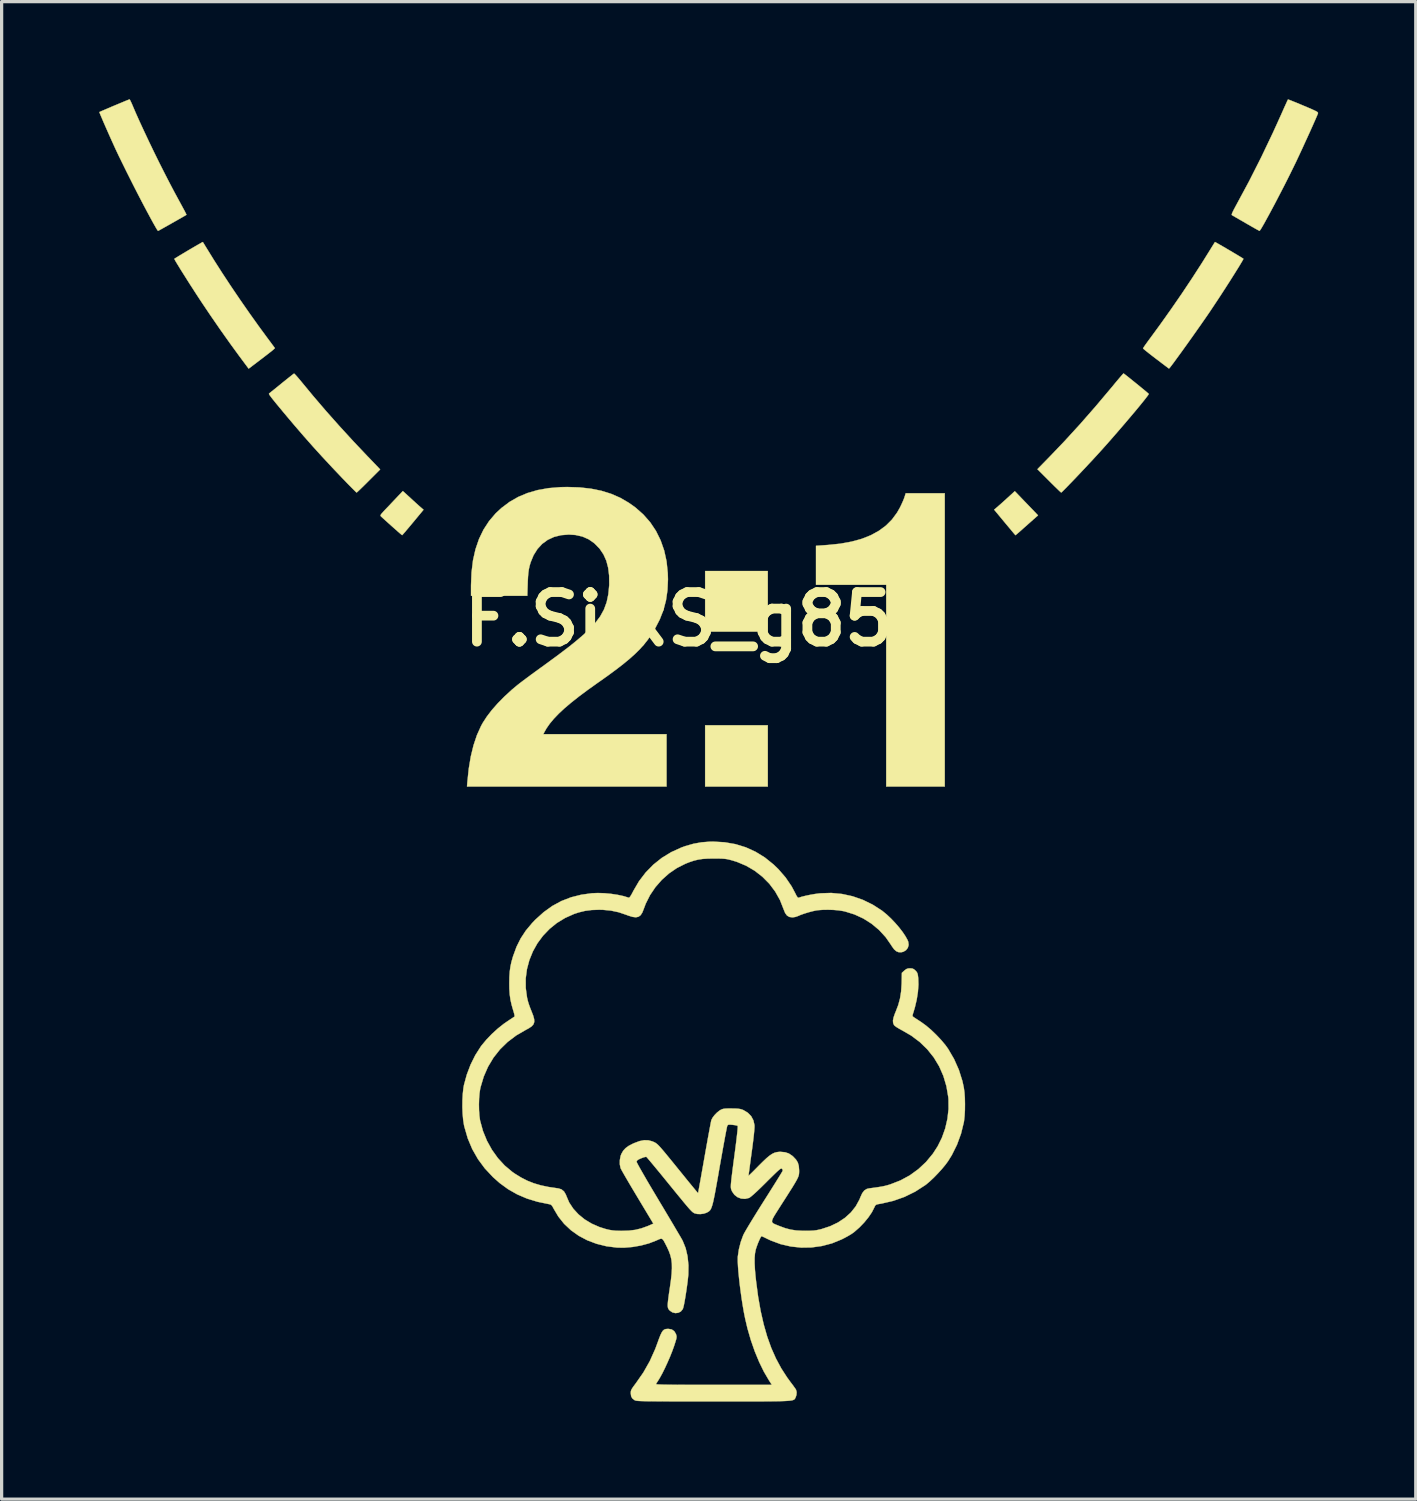
<source format=kicad_pcb>
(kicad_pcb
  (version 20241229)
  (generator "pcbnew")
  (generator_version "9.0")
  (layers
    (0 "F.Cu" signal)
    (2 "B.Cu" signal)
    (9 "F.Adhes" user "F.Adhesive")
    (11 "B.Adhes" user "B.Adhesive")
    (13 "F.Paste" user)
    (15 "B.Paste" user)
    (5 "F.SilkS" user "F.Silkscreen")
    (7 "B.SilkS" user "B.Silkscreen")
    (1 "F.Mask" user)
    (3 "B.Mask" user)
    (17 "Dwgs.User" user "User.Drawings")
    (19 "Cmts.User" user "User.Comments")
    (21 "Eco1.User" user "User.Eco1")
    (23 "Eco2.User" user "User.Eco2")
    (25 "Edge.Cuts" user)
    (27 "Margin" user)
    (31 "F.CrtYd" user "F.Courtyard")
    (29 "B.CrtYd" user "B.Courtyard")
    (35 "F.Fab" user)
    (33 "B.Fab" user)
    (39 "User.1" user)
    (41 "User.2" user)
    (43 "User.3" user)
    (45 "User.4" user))
  (footprint "F.SilkS_g852"
    (layer "F.Cu")
    (at 18.542 15.986)
    (property "Reference" "F.SilkS_g852" (at 0 0 0) (layer "F.SilkS") (effects (font (size 1.524 1.524) (thickness 0.3))))
    (attr through_hole)
    (fp_poly (pts (xy 2.011 0.381) (xy 0.085 0.381) (xy 0.085 -1.482) (xy 2.011 -1.482) (xy 2.011 0.381)) (stroke (width 0.01) (type solid)) (fill yes) (layer "F.SilkS"))
    (fp_poly (pts (xy 2.011 5.144) (xy 0.085 5.144) (xy 0.085 3.26) (xy 2.011 3.26) (xy 2.011 5.144)) (stroke (width 0.01) (type solid)) (fill yes) (layer "F.SilkS"))
    (fp_poly (pts (xy 7.451 5.144) (xy 5.652 5.144) (xy 5.652 -1.058) (xy 3.493 -1.058) (xy 3.493 -2.257) (xy 3.858 -2.283) (xy 4.239 -2.322) (xy 4.585 -2.385) (xy 4.898 -2.471) (xy 5.178 -2.582) (xy 5.426 -2.718) (xy 5.642 -2.878) (xy 5.829 -3.065) (xy 5.986 -3.278) (xy 6.073 -3.431) (xy 6.121 -3.53) (xy 6.166 -3.63) (xy 6.201 -3.716) (xy 6.214 -3.754) (xy 6.252 -3.873) (xy 7.451 -3.873) (xy 7.451 5.144)) (stroke (width 0.01) (type solid)) (fill yes) (layer "F.SilkS"))
    (fp_poly (pts (xy 9.783 -3.751) (xy 9.876 -3.654) (xy 9.983 -3.543) (xy 10.087 -3.435) (xy 10.14 -3.38) (xy 10.319 -3.193) (xy 10.23 -3.115) (xy 10.183 -3.074) (xy 10.113 -3.011) (xy 10.027 -2.935) (xy 9.933 -2.851) (xy 9.886 -2.81) (xy 9.8 -2.733) (xy 9.726 -2.668) (xy 9.668 -2.618) (xy 9.633 -2.589) (xy 9.625 -2.583) (xy 9.611 -2.599) (xy 9.573 -2.643) (xy 9.516 -2.711) (xy 9.444 -2.798) (xy 9.359 -2.899) (xy 9.295 -2.976) (xy 8.97 -3.368) (xy 9.062 -3.446) (xy 9.112 -3.49) (xy 9.185 -3.554) (xy 9.271 -3.631) (xy 9.361 -3.713) (xy 9.38 -3.73) (xy 9.605 -3.936) (xy 9.783 -3.751)) (stroke (width 0.01) (type solid)) (fill yes) (layer "F.SilkS"))
    (fp_poly (pts (xy -8.969 -3.722) (xy -8.879 -3.639) (xy -8.793 -3.561) (xy -8.719 -3.494) (xy -8.665 -3.446) (xy -8.651 -3.435) (xy -8.572 -3.366) (xy -8.895 -2.976) (xy -8.986 -2.867) (xy -9.068 -2.77) (xy -9.136 -2.688) (xy -9.189 -2.628) (xy -9.221 -2.592) (xy -9.229 -2.585) (xy -9.247 -2.598) (xy -9.292 -2.635) (xy -9.358 -2.692) (xy -9.44 -2.765) (xy -9.535 -2.849) (xy -9.546 -2.859) (xy -9.643 -2.946) (xy -9.731 -3.025) (xy -9.804 -3.091) (xy -9.856 -3.139) (xy -9.883 -3.164) (xy -9.884 -3.165) (xy -9.894 -3.183) (xy -9.89 -3.206) (xy -9.865 -3.242) (xy -9.816 -3.297) (xy -9.778 -3.339) (xy -9.711 -3.409) (xy -9.625 -3.499) (xy -9.531 -3.599) (xy -9.439 -3.696) (xy -9.425 -3.711) (xy -9.208 -3.94) (xy -8.969 -3.722)) (stroke (width 0.01) (type solid)) (fill yes) (layer "F.SilkS"))
    (fp_poly (pts (xy -15.344 -11.576) (xy -15.314 -11.527) (xy -15.272 -11.458) (xy -15.23 -11.39) (xy -15.007 -11.029) (xy -14.761 -10.644) (xy -14.497 -10.243) (xy -14.22 -9.834) (xy -13.935 -9.424) (xy -13.648 -9.021) (xy -13.414 -8.702) (xy -13.141 -8.334) (xy -13.19 -8.287) (xy -13.222 -8.26) (xy -13.281 -8.213) (xy -13.363 -8.149) (xy -13.46 -8.074) (xy -13.568 -7.991) (xy -13.594 -7.972) (xy -13.948 -7.703) (xy -14.222 -8.071) (xy -14.514 -8.471) (xy -14.818 -8.9) (xy -15.125 -9.345) (xy -15.367 -9.705) (xy -15.459 -9.844) (xy -15.556 -9.992) (xy -15.655 -10.146) (xy -15.755 -10.3) (xy -15.851 -10.452) (xy -15.942 -10.596) (xy -16.026 -10.729) (xy -16.098 -10.847) (xy -16.158 -10.945) (xy -16.202 -11.019) (xy -16.227 -11.065) (xy -16.232 -11.08) (xy -16.209 -11.095) (xy -16.156 -11.128) (xy -16.081 -11.174) (xy -15.988 -11.23) (xy -15.884 -11.292) (xy -15.775 -11.357) (xy -15.667 -11.42) (xy -15.566 -11.479) (xy -15.479 -11.529) (xy -15.411 -11.568) (xy -15.369 -11.591) (xy -15.357 -11.596) (xy -15.344 -11.576)) (stroke (width 0.01) (type solid)) (fill yes) (layer "F.SilkS"))
    (fp_poly (pts (xy -12.534 -7.539) (xy -12.495 -7.498) (xy -12.44 -7.436) (xy -12.375 -7.359) (xy -12.359 -7.34) (xy -11.964 -6.862) (xy -11.567 -6.398) (xy -11.16 -5.94) (xy -10.735 -5.476) (xy -10.284 -4.999) (xy -10.281 -4.997) (xy -9.905 -4.605) (xy -10.26 -4.25) (xy -10.36 -4.15) (xy -10.451 -4.061) (xy -10.527 -3.987) (xy -10.585 -3.932) (xy -10.62 -3.901) (xy -10.629 -3.895) (xy -10.647 -3.909) (xy -10.69 -3.951) (xy -10.754 -4.015) (xy -10.837 -4.098) (xy -10.933 -4.197) (xy -11.039 -4.307) (xy -11.055 -4.323) (xy -11.381 -4.666) (xy -11.684 -4.992) (xy -11.972 -5.309) (xy -12.254 -5.628) (xy -12.539 -5.959) (xy -12.762 -6.223) (xy -12.906 -6.395) (xy -13.024 -6.538) (xy -13.12 -6.654) (xy -13.194 -6.746) (xy -13.249 -6.816) (xy -13.288 -6.868) (xy -13.311 -6.903) (xy -13.322 -6.926) (xy -13.322 -6.937) (xy -13.32 -6.94) (xy -13.298 -6.956) (xy -13.249 -6.996) (xy -13.176 -7.054) (xy -13.086 -7.127) (xy -12.983 -7.21) (xy -12.935 -7.25) (xy -12.828 -7.336) (xy -12.732 -7.413) (xy -12.652 -7.476) (xy -12.593 -7.523) (xy -12.559 -7.548) (xy -12.553 -7.552) (xy -12.534 -7.539)) (stroke (width 0.01) (type solid)) (fill yes) (layer "F.SilkS"))
    (fp_poly (pts (xy 12.965 -7.544) (xy 13.011 -7.509) (xy 13.079 -7.456) (xy 13.162 -7.389) (xy 13.255 -7.314) (xy 13.353 -7.235) (xy 13.45 -7.156) (xy 13.54 -7.082) (xy 13.618 -7.018) (xy 13.678 -6.967) (xy 13.714 -6.935) (xy 13.723 -6.927) (xy 13.713 -6.905) (xy 13.677 -6.855) (xy 13.619 -6.779) (xy 13.541 -6.681) (xy 13.446 -6.564) (xy 13.336 -6.431) (xy 13.214 -6.286) (xy 13.082 -6.13) (xy 12.944 -5.968) (xy 12.802 -5.803) (xy 12.659 -5.638) (xy 12.517 -5.476) (xy 12.379 -5.32) (xy 12.247 -5.173) (xy 12.228 -5.152) (xy 12.131 -5.045) (xy 12.022 -4.927) (xy 11.904 -4.8) (xy 11.782 -4.669) (xy 11.658 -4.538) (xy 11.536 -4.409) (xy 11.42 -4.287) (xy 11.312 -4.175) (xy 11.217 -4.077) (xy 11.138 -3.996) (xy 11.079 -3.937) (xy 11.042 -3.902) (xy 11.032 -3.895) (xy 11.013 -3.909) (xy 10.969 -3.949) (xy 10.904 -4.012) (xy 10.822 -4.091) (xy 10.727 -4.185) (xy 10.658 -4.254) (xy 10.3 -4.612) (xy 10.669 -4.989) (xy 11.132 -5.473) (xy 11.605 -5.99) (xy 12.09 -6.544) (xy 12.588 -7.135) (xy 12.591 -7.138) (xy 12.684 -7.252) (xy 12.769 -7.353) (xy 12.842 -7.439) (xy 12.898 -7.504) (xy 12.934 -7.544) (xy 12.947 -7.556) (xy 12.965 -7.544)) (stroke (width 0.01) (type solid)) (fill yes) (layer "F.SilkS"))
    (fp_poly (pts (xy 15.777 -11.587) (xy 15.826 -11.56) (xy 15.899 -11.518) (xy 15.989 -11.466) (xy 16.092 -11.406) (xy 16.201 -11.342) (xy 16.309 -11.278) (xy 16.411 -11.218) (xy 16.5 -11.164) (xy 16.571 -11.121) (xy 16.617 -11.092) (xy 16.632 -11.082) (xy 16.625 -11.061) (xy 16.596 -11.009) (xy 16.549 -10.93) (xy 16.487 -10.827) (xy 16.41 -10.704) (xy 16.323 -10.565) (xy 16.228 -10.414) (xy 16.126 -10.255) (xy 16.021 -10.092) (xy 15.915 -9.929) (xy 15.81 -9.77) (xy 15.709 -9.618) (xy 15.626 -9.493) (xy 15.535 -9.359) (xy 15.433 -9.212) (xy 15.324 -9.055) (xy 15.209 -8.892) (xy 15.092 -8.726) (xy 14.975 -8.561) (xy 14.86 -8.4) (xy 14.751 -8.248) (xy 14.649 -8.108) (xy 14.558 -7.983) (xy 14.48 -7.876) (xy 14.417 -7.793) (xy 14.372 -7.735) (xy 14.347 -7.708) (xy 14.344 -7.706) (xy 14.327 -7.718) (xy 14.281 -7.753) (xy 14.21 -7.806) (xy 14.12 -7.874) (xy 14.016 -7.954) (xy 13.945 -8.007) (xy 13.833 -8.093) (xy 13.733 -8.171) (xy 13.65 -8.237) (xy 13.589 -8.287) (xy 13.554 -8.318) (xy 13.548 -8.326) (xy 13.559 -8.348) (xy 13.592 -8.398) (xy 13.643 -8.47) (xy 13.706 -8.557) (xy 13.754 -8.622) (xy 14.082 -9.07) (xy 14.414 -9.538) (xy 14.743 -10.015) (xy 15.06 -10.491) (xy 15.36 -10.956) (xy 15.563 -11.282) (xy 15.626 -11.383) (xy 15.68 -11.471) (xy 15.723 -11.54) (xy 15.75 -11.583) (xy 15.759 -11.596) (xy 15.777 -11.587)) (stroke (width 0.01) (type solid)) (fill yes) (layer "F.SilkS"))
    (fp_poly (pts (xy -17.596 -15.963) (xy -17.571 -15.914) (xy -17.539 -15.845) (xy -17.527 -15.817) (xy -17.422 -15.571) (xy -17.299 -15.296) (xy -17.161 -14.998) (xy -17.013 -14.684) (xy -16.858 -14.362) (xy -16.699 -14.039) (xy -16.539 -13.722) (xy -16.382 -13.417) (xy -16.232 -13.132) (xy -16.108 -12.903) (xy -16.039 -12.776) (xy -15.977 -12.662) (xy -15.925 -12.566) (xy -15.887 -12.492) (xy -15.865 -12.446) (xy -15.86 -12.433) (xy -15.88 -12.42) (xy -15.93 -12.391) (xy -16.005 -12.348) (xy -16.098 -12.295) (xy -16.202 -12.236) (xy -16.311 -12.174) (xy -16.42 -12.112) (xy -16.522 -12.055) (xy -16.61 -12.005) (xy -16.679 -11.967) (xy -16.722 -11.944) (xy -16.734 -11.938) (xy -16.748 -11.955) (xy -16.775 -11.997) (xy -16.794 -12.028) (xy -16.878 -12.175) (xy -16.976 -12.355) (xy -17.087 -12.561) (xy -17.207 -12.788) (xy -17.332 -13.028) (xy -17.46 -13.277) (xy -17.587 -13.529) (xy -17.711 -13.776) (xy -17.828 -14.014) (xy -17.936 -14.235) (xy -18.031 -14.435) (xy -18.075 -14.531) (xy -18.139 -14.672) (xy -18.205 -14.819) (xy -18.271 -14.967) (xy -18.334 -15.11) (xy -18.393 -15.244) (xy -18.444 -15.363) (xy -18.486 -15.462) (xy -18.517 -15.536) (xy -18.534 -15.58) (xy -18.537 -15.591) (xy -18.515 -15.601) (xy -18.462 -15.625) (xy -18.382 -15.659) (xy -18.284 -15.701) (xy -18.173 -15.749) (xy -18.056 -15.798) (xy -17.941 -15.846) (xy -17.833 -15.891) (xy -17.74 -15.93) (xy -17.667 -15.959) (xy -17.622 -15.977) (xy -17.611 -15.981) (xy -17.596 -15.963)) (stroke (width 0.01) (type solid)) (fill yes) (layer "F.SilkS"))
    (fp_poly (pts (xy 18.024 -15.972) (xy 18.078 -15.952) (xy 18.16 -15.919) (xy 18.265 -15.877) (xy 18.387 -15.826) (xy 18.475 -15.789) (xy 18.622 -15.727) (xy 18.733 -15.679) (xy 18.814 -15.642) (xy 18.87 -15.615) (xy 18.904 -15.594) (xy 18.921 -15.577) (xy 18.926 -15.562) (xy 18.923 -15.546) (xy 18.921 -15.542) (xy 18.897 -15.483) (xy 18.858 -15.391) (xy 18.805 -15.272) (xy 18.743 -15.132) (xy 18.673 -14.976) (xy 18.597 -14.81) (xy 18.519 -14.64) (xy 18.442 -14.471) (xy 18.366 -14.308) (xy 18.296 -14.159) (xy 18.247 -14.054) (xy 18.168 -13.892) (xy 18.082 -13.717) (xy 17.99 -13.533) (xy 17.894 -13.343) (xy 17.795 -13.151) (xy 17.696 -12.961) (xy 17.6 -12.776) (xy 17.506 -12.6) (xy 17.419 -12.438) (xy 17.339 -12.292) (xy 17.27 -12.166) (xy 17.211 -12.064) (xy 17.167 -11.99) (xy 17.137 -11.948) (xy 17.127 -11.939) (xy 17.106 -11.95) (xy 17.053 -11.978) (xy 16.974 -12.022) (xy 16.876 -12.078) (xy 16.763 -12.143) (xy 16.711 -12.173) (xy 16.592 -12.242) (xy 16.484 -12.304) (xy 16.393 -12.357) (xy 16.326 -12.396) (xy 16.286 -12.419) (xy 16.28 -12.423) (xy 16.273 -12.437) (xy 16.281 -12.47) (xy 16.304 -12.524) (xy 16.344 -12.604) (xy 16.404 -12.716) (xy 16.421 -12.747) (xy 16.804 -13.459) (xy 17.18 -14.202) (xy 17.543 -14.963) (xy 17.78 -15.485) (xy 17.839 -15.618) (xy 17.892 -15.737) (xy 17.938 -15.838) (xy 17.973 -15.916) (xy 17.996 -15.964) (xy 18.003 -15.978) (xy 18.024 -15.972)) (stroke (width 0.01) (type solid)) (fill yes) (layer "F.SilkS"))
    (fp_poly (pts (xy -3.773 -4.052) (xy -3.425 -4.013) (xy -3.103 -3.948) (xy -2.805 -3.855) (xy -2.525 -3.733) (xy -2.262 -3.58) (xy -2.061 -3.437) (xy -1.816 -3.221) (xy -1.604 -2.98) (xy -1.426 -2.714) (xy -1.283 -2.424) (xy -1.174 -2.112) (xy -1.101 -1.779) (xy -1.064 -1.424) (xy -1.058 -1.225) (xy -1.073 -0.891) (xy -1.118 -0.581) (xy -1.196 -0.285) (xy -1.309 0.004) (xy -1.459 0.295) (xy -1.488 0.345) (xy -1.584 0.498) (xy -1.687 0.643) (xy -1.8 0.784) (xy -1.926 0.924) (xy -2.069 1.065) (xy -2.231 1.211) (xy -2.417 1.365) (xy -2.629 1.53) (xy -2.871 1.709) (xy -3.146 1.905) (xy -3.207 1.947) (xy -3.517 2.168) (xy -3.791 2.372) (xy -4.031 2.562) (xy -4.239 2.738) (xy -4.417 2.904) (xy -4.567 3.061) (xy -4.691 3.21) (xy -4.791 3.353) (xy -4.855 3.466) (xy -4.891 3.535) (xy -1.101 3.535) (xy -1.101 5.144) (xy -7.235 5.144) (xy -7.225 5.011) (xy -7.182 4.597) (xy -7.119 4.219) (xy -7.035 3.875) (xy -6.931 3.564) (xy -6.805 3.285) (xy -6.751 3.186) (xy -6.628 2.996) (xy -6.473 2.793) (xy -6.289 2.584) (xy -6.082 2.374) (xy -5.858 2.168) (xy -5.685 2.023) (xy -5.615 1.969) (xy -5.517 1.894) (xy -5.399 1.806) (xy -5.266 1.707) (xy -5.126 1.605) (xy -4.985 1.503) (xy -4.983 1.501) (xy -4.719 1.31) (xy -4.486 1.139) (xy -4.282 0.985) (xy -4.101 0.847) (xy -3.942 0.72) (xy -3.799 0.601) (xy -3.669 0.489) (xy -3.549 0.379) (xy -3.485 0.318) (xy -3.293 0.116) (xy -3.141 -0.087) (xy -3.025 -0.298) (xy -2.942 -0.524) (xy -2.89 -0.77) (xy -2.864 -1.044) (xy -2.863 -1.069) (xy -2.866 -1.341) (xy -2.896 -1.583) (xy -2.953 -1.799) (xy -3.039 -1.991) (xy -3.155 -2.164) (xy -3.167 -2.178) (xy -3.322 -2.336) (xy -3.495 -2.457) (xy -3.688 -2.542) (xy -3.903 -2.59) (xy -4.106 -2.603) (xy -4.344 -2.584) (xy -4.561 -2.53) (xy -4.755 -2.44) (xy -4.925 -2.316) (xy -5.07 -2.158) (xy -5.189 -1.968) (xy -5.28 -1.747) (xy -5.314 -1.63) (xy -5.334 -1.536) (xy -5.349 -1.431) (xy -5.36 -1.307) (xy -5.368 -1.153) (xy -5.37 -1.085) (xy -5.382 -0.72) (xy -7.112 -0.72) (xy -7.112 -1.042) (xy -7.096 -1.441) (xy -7.051 -1.811) (xy -6.974 -2.153) (xy -6.866 -2.468) (xy -6.727 -2.756) (xy -6.556 -3.018) (xy -6.353 -3.256) (xy -6.175 -3.421) (xy -5.929 -3.606) (xy -5.662 -3.759) (xy -5.375 -3.88) (xy -5.064 -3.97) (xy -4.727 -4.03) (xy -4.362 -4.06) (xy -4.152 -4.064) (xy -3.773 -4.052)) (stroke (width 0.01) (type solid)) (fill yes) (layer "F.SilkS"))
    (fp_poly (pts (xy 0.686 6.857) (xy 1.019 6.915) (xy 1.337 7.013) (xy 1.637 7.15) (xy 1.922 7.326) (xy 2.189 7.541) (xy 2.338 7.685) (xy 2.558 7.939) (xy 2.742 8.21) (xy 2.85 8.413) (xy 2.891 8.495) (xy 2.922 8.543) (xy 2.946 8.562) (xy 2.961 8.562) (xy 3.052 8.532) (xy 3.173 8.502) (xy 3.311 8.473) (xy 3.453 8.448) (xy 3.586 8.43) (xy 3.627 8.426) (xy 3.96 8.415) (xy 4.292 8.446) (xy 4.618 8.517) (xy 4.934 8.627) (xy 5.235 8.774) (xy 5.518 8.956) (xy 5.541 8.974) (xy 5.669 9.079) (xy 5.801 9.203) (xy 5.929 9.338) (xy 6.05 9.478) (xy 6.157 9.617) (xy 6.244 9.747) (xy 6.307 9.861) (xy 6.329 9.916) (xy 6.341 10.013) (xy 6.316 10.101) (xy 6.26 10.174) (xy 6.178 10.223) (xy 6.113 10.238) (xy 6.032 10.235) (xy 5.961 10.206) (xy 5.894 10.147) (xy 5.825 10.052) (xy 5.806 10.02) (xy 5.635 9.774) (xy 5.432 9.553) (xy 5.202 9.361) (xy 4.948 9.2) (xy 4.674 9.074) (xy 4.384 8.984) (xy 4.329 8.972) (xy 4.191 8.95) (xy 4.029 8.936) (xy 3.859 8.931) (xy 3.693 8.934) (xy 3.548 8.945) (xy 3.49 8.954) (xy 3.381 8.978) (xy 3.258 9.011) (xy 3.135 9.049) (xy 3.024 9.088) (xy 2.941 9.124) (xy 2.938 9.125) (xy 2.864 9.151) (xy 2.781 9.165) (xy 2.765 9.165) (xy 2.674 9.152) (xy 2.602 9.109) (xy 2.545 9.032) (xy 2.498 8.917) (xy 2.498 8.916) (xy 2.386 8.633) (xy 2.238 8.37) (xy 2.058 8.131) (xy 1.847 7.918) (xy 1.61 7.733) (xy 1.347 7.579) (xy 1.062 7.459) (xy 0.916 7.414) (xy 0.834 7.392) (xy 0.764 7.376) (xy 0.693 7.366) (xy 0.613 7.36) (xy 0.514 7.357) (xy 0.384 7.356) (xy 0.349 7.356) (xy 0.164 7.359) (xy 0.008 7.369) (xy -0.13 7.39) (xy -0.261 7.422) (xy -0.399 7.468) (xy -0.52 7.516) (xy -0.781 7.647) (xy -1.025 7.814) (xy -1.247 8.012) (xy -1.443 8.236) (xy -1.61 8.483) (xy -1.742 8.746) (xy -1.8 8.9) (xy -1.846 9.017) (xy -1.898 9.098) (xy -1.963 9.146) (xy -2.045 9.163) (xy -2.149 9.15) (xy -2.279 9.11) (xy -2.334 9.089) (xy -2.572 9.008) (xy -2.811 8.957) (xy -3.065 8.933) (xy -3.176 8.931) (xy -3.401 8.939) (xy -3.604 8.965) (xy -3.801 9.013) (xy -3.944 9.06) (xy -4.219 9.183) (xy -4.472 9.337) (xy -4.699 9.521) (xy -4.899 9.73) (xy -5.071 9.962) (xy -5.211 10.213) (xy -5.319 10.479) (xy -5.393 10.757) (xy -5.431 11.043) (xy -5.43 11.335) (xy -5.39 11.629) (xy -5.365 11.737) (xy -5.341 11.817) (xy -5.306 11.918) (xy -5.266 12.02) (xy -5.256 12.044) (xy -5.202 12.183) (xy -5.172 12.293) (xy -5.168 12.38) (xy -5.192 12.452) (xy -5.246 12.514) (xy -5.333 12.573) (xy -5.429 12.625) (xy -5.724 12.796) (xy -5.988 12.996) (xy -6.221 13.224) (xy -6.422 13.478) (xy -6.589 13.757) (xy -6.721 14.059) (xy -6.818 14.382) (xy -6.83 14.436) (xy -6.851 14.572) (xy -6.864 14.736) (xy -6.869 14.913) (xy -6.866 15.092) (xy -6.855 15.258) (xy -6.836 15.399) (xy -6.831 15.421) (xy -6.745 15.734) (xy -6.623 16.032) (xy -6.469 16.311) (xy -6.286 16.567) (xy -6.076 16.795) (xy -5.842 16.991) (xy -5.761 17.047) (xy -5.569 17.165) (xy -5.379 17.262) (xy -5.181 17.34) (xy -4.968 17.403) (xy -4.73 17.453) (xy -4.46 17.493) (xy -4.438 17.495) (xy -4.334 17.526) (xy -4.254 17.59) (xy -4.196 17.689) (xy -4.183 17.724) (xy -4.095 17.93) (xy -3.969 18.121) (xy -3.809 18.295) (xy -3.619 18.45) (xy -3.402 18.581) (xy -3.162 18.686) (xy -2.971 18.746) (xy -2.864 18.772) (xy -2.766 18.788) (xy -2.663 18.798) (xy -2.538 18.802) (xy -2.487 18.803) (xy -2.263 18.796) (xy -2.064 18.772) (xy -1.876 18.726) (xy -1.684 18.657) (xy -1.627 18.633) (xy -1.507 18.58) (xy -1.999 17.761) (xy -2.101 17.59) (xy -2.198 17.428) (xy -2.286 17.278) (xy -2.363 17.146) (xy -2.427 17.035) (xy -2.475 16.949) (xy -2.505 16.892) (xy -2.515 16.871) (xy -2.538 16.757) (xy -2.537 16.627) (xy -2.514 16.501) (xy -2.489 16.436) (xy -2.434 16.34) (xy -2.362 16.261) (xy -2.267 16.191) (xy -2.139 16.124) (xy -2.093 16.104) (xy -1.934 16.044) (xy -1.793 16.016) (xy -1.665 16.018) (xy -1.54 16.051) (xy -1.508 16.065) (xy -1.477 16.078) (xy -1.449 16.093) (xy -1.421 16.111) (xy -1.39 16.136) (xy -1.354 16.169) (xy -1.31 16.215) (xy -1.256 16.276) (xy -1.189 16.354) (xy -1.107 16.453) (xy -1.007 16.575) (xy -0.886 16.723) (xy -0.743 16.9) (xy -0.677 16.981) (xy -0.56 17.125) (xy -0.452 17.259) (xy -0.354 17.378) (xy -0.271 17.479) (xy -0.205 17.559) (xy -0.159 17.614) (xy -0.135 17.641) (xy -0.133 17.644) (xy -0.128 17.623) (xy -0.117 17.564) (xy -0.1 17.471) (xy -0.078 17.349) (xy -0.051 17.2) (xy -0.021 17.029) (xy 0.013 16.839) (xy 0.049 16.635) (xy 0.064 16.551) (xy 0.101 16.34) (xy 0.137 16.139) (xy 0.17 15.954) (xy 0.201 15.788) (xy 0.227 15.646) (xy 0.249 15.531) (xy 0.265 15.449) (xy 0.275 15.402) (xy 0.277 15.395) (xy 0.314 15.323) (xy 0.375 15.243) (xy 0.451 15.165) (xy 0.53 15.103) (xy 0.558 15.086) (xy 0.601 15.065) (xy 0.645 15.052) (xy 0.701 15.044) (xy 0.779 15.041) (xy 0.888 15.041) (xy 0.9 15.041) (xy 1.016 15.043) (xy 1.101 15.048) (xy 1.166 15.058) (xy 1.22 15.074) (xy 1.259 15.089) (xy 1.396 15.171) (xy 1.5 15.277) (xy 1.569 15.406) (xy 1.602 15.555) (xy 1.602 15.556) (xy 1.602 15.617) (xy 1.595 15.717) (xy 1.582 15.854) (xy 1.562 16.027) (xy 1.536 16.233) (xy 1.515 16.385) (xy 1.492 16.554) (xy 1.471 16.709) (xy 1.453 16.845) (xy 1.438 16.959) (xy 1.426 17.043) (xy 1.42 17.095) (xy 1.418 17.109) (xy 1.432 17.098) (xy 1.471 17.062) (xy 1.532 17.003) (xy 1.608 16.927) (xy 1.697 16.837) (xy 1.728 16.805) (xy 1.86 16.674) (xy 1.969 16.571) (xy 2.061 16.494) (xy 2.141 16.439) (xy 2.214 16.403) (xy 2.286 16.383) (xy 2.361 16.374) (xy 2.402 16.373) (xy 2.542 16.386) (xy 2.657 16.424) (xy 2.761 16.493) (xy 2.789 16.517) (xy 2.878 16.611) (xy 2.934 16.703) (xy 2.964 16.808) (xy 2.974 16.939) (xy 2.974 16.944) (xy 2.974 16.99) (xy 2.972 17.031) (xy 2.968 17.069) (xy 2.958 17.11) (xy 2.941 17.155) (xy 2.915 17.21) (xy 2.878 17.278) (xy 2.828 17.363) (xy 2.764 17.469) (xy 2.682 17.598) (xy 2.582 17.756) (xy 2.46 17.946) (xy 2.458 17.949) (xy 2.355 18.111) (xy 2.273 18.24) (xy 2.21 18.341) (xy 2.168 18.418) (xy 2.145 18.476) (xy 2.141 18.519) (xy 2.154 18.551) (xy 2.186 18.577) (xy 2.235 18.601) (xy 2.3 18.627) (xy 2.37 18.655) (xy 2.546 18.72) (xy 2.713 18.764) (xy 2.885 18.79) (xy 3.077 18.801) (xy 3.175 18.802) (xy 3.31 18.8) (xy 3.418 18.794) (xy 3.511 18.782) (xy 3.605 18.762) (xy 3.662 18.748) (xy 3.929 18.66) (xy 4.171 18.544) (xy 4.384 18.402) (xy 4.566 18.237) (xy 4.715 18.049) (xy 4.829 17.841) (xy 4.859 17.766) (xy 4.914 17.646) (xy 4.977 17.563) (xy 5.055 17.514) (xy 5.126 17.497) (xy 5.291 17.475) (xy 5.422 17.456) (xy 5.529 17.438) (xy 5.622 17.418) (xy 5.708 17.395) (xy 5.779 17.373) (xy 6.088 17.253) (xy 6.376 17.097) (xy 6.639 16.906) (xy 6.877 16.684) (xy 7.086 16.431) (xy 7.234 16.202) (xy 7.365 15.937) (xy 7.466 15.653) (xy 7.534 15.357) (xy 7.568 15.058) (xy 7.566 14.766) (xy 7.56 14.693) (xy 7.503 14.357) (xy 7.409 14.04) (xy 7.279 13.744) (xy 7.114 13.471) (xy 6.914 13.221) (xy 6.682 12.996) (xy 6.417 12.798) (xy 6.154 12.646) (xy 6.058 12.593) (xy 5.976 12.544) (xy 5.918 12.502) (xy 5.892 12.476) (xy 5.865 12.414) (xy 5.859 12.339) (xy 5.877 12.245) (xy 5.918 12.126) (xy 5.945 12.061) (xy 6.022 11.859) (xy 6.076 11.658) (xy 6.11 11.444) (xy 6.126 11.205) (xy 6.127 11.167) (xy 6.133 10.871) (xy 6.21 10.801) (xy 6.268 10.756) (xy 6.323 10.736) (xy 6.384 10.732) (xy 6.453 10.737) (xy 6.504 10.76) (xy 6.551 10.801) (xy 6.588 10.842) (xy 6.61 10.882) (xy 6.624 10.936) (xy 6.634 11.016) (xy 6.636 11.034) (xy 6.642 11.234) (xy 6.626 11.458) (xy 6.589 11.695) (xy 6.533 11.932) (xy 6.494 12.064) (xy 6.471 12.136) (xy 6.461 12.18) (xy 6.464 12.204) (xy 6.48 12.221) (xy 6.49 12.228) (xy 6.523 12.251) (xy 6.583 12.29) (xy 6.661 12.341) (xy 6.731 12.387) (xy 6.877 12.493) (xy 7.034 12.626) (xy 7.191 12.777) (xy 7.34 12.935) (xy 7.471 13.091) (xy 7.554 13.206) (xy 7.737 13.52) (xy 7.885 13.853) (xy 7.994 14.199) (xy 8.037 14.399) (xy 8.057 14.542) (xy 8.069 14.714) (xy 8.073 14.902) (xy 8.071 15.092) (xy 8.061 15.271) (xy 8.044 15.426) (xy 8.037 15.467) (xy 7.952 15.814) (xy 7.828 16.153) (xy 7.668 16.475) (xy 7.553 16.66) (xy 7.469 16.774) (xy 7.362 16.903) (xy 7.24 17.037) (xy 7.114 17.167) (xy 6.99 17.283) (xy 6.88 17.376) (xy 6.85 17.398) (xy 6.542 17.597) (xy 6.214 17.758) (xy 5.869 17.88) (xy 5.511 17.963) (xy 5.471 17.97) (xy 5.394 17.983) (xy 5.347 17.997) (xy 5.319 18.018) (xy 5.299 18.054) (xy 5.285 18.085) (xy 5.211 18.23) (xy 5.105 18.386) (xy 4.976 18.544) (xy 4.831 18.695) (xy 4.676 18.831) (xy 4.636 18.862) (xy 4.568 18.908) (xy 4.475 18.963) (xy 4.37 19.02) (xy 4.284 19.064) (xy 3.985 19.186) (xy 3.675 19.268) (xy 3.358 19.312) (xy 3.037 19.317) (xy 2.719 19.283) (xy 2.407 19.211) (xy 2.107 19.1) (xy 2 19.05) (xy 1.923 19.012) (xy 1.862 18.983) (xy 1.825 18.967) (xy 1.819 18.965) (xy 1.802 18.984) (xy 1.775 19.033) (xy 1.742 19.104) (xy 1.707 19.187) (xy 1.675 19.273) (xy 1.648 19.354) (xy 1.638 19.389) (xy 1.617 19.5) (xy 1.606 19.636) (xy 1.606 19.799) (xy 1.616 19.994) (xy 1.637 20.224) (xy 1.65 20.341) (xy 1.713 20.822) (xy 1.791 21.265) (xy 1.884 21.673) (xy 1.992 22.051) (xy 2.117 22.4) (xy 2.261 22.725) (xy 2.423 23.027) (xy 2.606 23.31) (xy 2.708 23.45) (xy 2.77 23.531) (xy 2.822 23.603) (xy 2.861 23.658) (xy 2.878 23.684) (xy 2.898 23.759) (xy 2.892 23.847) (xy 2.868 23.919) (xy 2.858 23.938) (xy 2.85 23.955) (xy 2.841 23.971) (xy 2.827 23.984) (xy 2.808 23.996) (xy 2.781 24.006) (xy 2.743 24.015) (xy 2.692 24.022) (xy 2.626 24.028) (xy 2.542 24.033) (xy 2.439 24.037) (xy 2.313 24.04) (xy 2.163 24.042) (xy 1.986 24.044) (xy 1.78 24.045) (xy 1.543 24.045) (xy 1.271 24.045) (xy 0.964 24.045) (xy 0.619 24.045) (xy 0.345 24.045) (xy -0.022 24.045) (xy -0.349 24.045) (xy -0.639 24.045) (xy -0.893 24.045) (xy -1.115 24.044) (xy -1.306 24.043) (xy -1.469 24.042) (xy -1.607 24.041) (xy -1.721 24.04) (xy -1.814 24.037) (xy -1.888 24.035) (xy -1.947 24.032) (xy -1.991 24.029) (xy -2.025 24.025) (xy -2.049 24.02) (xy -2.066 24.015) (xy -2.079 24.009) (xy -2.089 24.004) (xy -2.154 23.952) (xy -2.189 23.889) (xy -2.201 23.802) (xy -2.201 23.785) (xy -2.199 23.742) (xy -2.189 23.702) (xy -2.166 23.657) (xy -2.127 23.598) (xy -2.067 23.517) (xy -2.042 23.484) (xy -1.813 23.155) (xy -1.616 22.807) (xy -1.449 22.434) (xy -1.387 22.267) (xy -1.334 22.121) (xy -1.29 22.01) (xy -1.252 21.93) (xy -1.216 21.875) (xy -1.178 21.841) (xy -1.134 21.823) (xy -1.081 21.817) (xy -1.042 21.816) (xy -0.942 21.833) (xy -0.865 21.886) (xy -0.813 21.972) (xy -0.808 21.988) (xy -0.798 22.024) (xy -0.793 22.058) (xy -0.797 22.098) (xy -0.809 22.151) (xy -0.832 22.226) (xy -0.866 22.332) (xy -0.878 22.367) (xy -0.932 22.515) (xy -0.998 22.68) (xy -1.073 22.851) (xy -1.15 23.018) (xy -1.226 23.172) (xy -1.297 23.302) (xy -1.336 23.369) (xy -1.377 23.433) (xy -1.41 23.485) (xy -1.426 23.511) (xy -1.421 23.516) (xy -1.399 23.52) (xy -1.358 23.524) (xy -1.296 23.527) (xy -1.21 23.53) (xy -1.097 23.532) (xy -0.957 23.534) (xy -0.786 23.535) (xy -0.582 23.536) (xy -0.343 23.537) (xy -0.067 23.537) (xy 0.248 23.537) (xy 0.348 23.537) (xy 2.137 23.537) (xy 2.045 23.394) (xy 1.891 23.131) (xy 1.746 22.834) (xy 1.611 22.508) (xy 1.491 22.163) (xy 1.387 21.804) (xy 1.314 21.493) (xy 1.277 21.308) (xy 1.242 21.105) (xy 1.208 20.892) (xy 1.178 20.675) (xy 1.15 20.46) (xy 1.127 20.253) (xy 1.108 20.059) (xy 1.095 19.886) (xy 1.088 19.74) (xy 1.088 19.627) (xy 1.09 19.59) (xy 1.123 19.367) (xy 1.179 19.147) (xy 1.252 18.947) (xy 1.266 18.915) (xy 1.294 18.862) (xy 1.342 18.778) (xy 1.407 18.668) (xy 1.488 18.534) (xy 1.581 18.382) (xy 1.683 18.217) (xy 1.793 18.041) (xy 1.904 17.865) (xy 2.015 17.69) (xy 2.118 17.526) (xy 2.213 17.375) (xy 2.296 17.242) (xy 2.366 17.129) (xy 2.419 17.042) (xy 2.455 16.982) (xy 2.47 16.954) (xy 2.47 16.953) (xy 2.463 16.914) (xy 2.445 16.891) (xy 2.432 16.886) (xy 2.414 16.889) (xy 2.387 16.905) (xy 2.348 16.936) (xy 2.293 16.985) (xy 2.22 17.055) (xy 2.125 17.148) (xy 2.004 17.267) (xy 1.962 17.31) (xy 1.811 17.459) (xy 1.683 17.582) (xy 1.578 17.678) (xy 1.499 17.745) (xy 1.447 17.784) (xy 1.435 17.79) (xy 1.313 17.819) (xy 1.192 17.81) (xy 1.08 17.767) (xy 0.985 17.693) (xy 0.913 17.591) (xy 0.885 17.522) (xy 0.88 17.497) (xy 0.876 17.466) (xy 0.876 17.424) (xy 0.878 17.368) (xy 0.885 17.293) (xy 0.895 17.196) (xy 0.91 17.073) (xy 0.929 16.92) (xy 0.953 16.733) (xy 0.982 16.516) (xy 1.012 16.287) (xy 1.038 16.085) (xy 1.058 15.914) (xy 1.074 15.775) (xy 1.084 15.671) (xy 1.088 15.604) (xy 1.086 15.577) (xy 1.086 15.576) (xy 1.056 15.564) (xy 0.997 15.552) (xy 0.925 15.543) (xy 0.85 15.537) (xy 0.806 15.539) (xy 0.782 15.55) (xy 0.767 15.573) (xy 0.763 15.581) (xy 0.756 15.611) (xy 0.742 15.678) (xy 0.722 15.78) (xy 0.697 15.911) (xy 0.668 16.069) (xy 0.635 16.249) (xy 0.6 16.447) (xy 0.562 16.66) (xy 0.531 16.834) (xy 0.485 17.102) (xy 0.444 17.331) (xy 0.409 17.524) (xy 0.379 17.686) (xy 0.352 17.818) (xy 0.328 17.926) (xy 0.306 18.01) (xy 0.284 18.076) (xy 0.263 18.126) (xy 0.241 18.163) (xy 0.216 18.19) (xy 0.189 18.211) (xy 0.158 18.229) (xy 0.128 18.245) (xy 0.041 18.274) (xy -0.061 18.287) (xy -0.161 18.283) (xy -0.243 18.262) (xy -0.25 18.258) (xy -0.271 18.246) (xy -0.293 18.231) (xy -0.318 18.21) (xy -0.348 18.18) (xy -0.387 18.139) (xy -0.436 18.084) (xy -0.497 18.012) (xy -0.574 17.92) (xy -0.667 17.806) (xy -0.781 17.668) (xy -0.916 17.502) (xy -1.069 17.314) (xy -1.196 17.158) (xy -1.316 17.011) (xy -1.426 16.878) (xy -1.522 16.762) (xy -1.603 16.665) (xy -1.665 16.592) (xy -1.705 16.545) (xy -1.722 16.528) (xy -1.752 16.529) (xy -1.809 16.544) (xy -1.88 16.571) (xy -1.884 16.572) (xy -1.958 16.606) (xy -2 16.633) (xy -2.018 16.659) (xy -2.021 16.682) (xy -2.01 16.708) (xy -1.979 16.768) (xy -1.93 16.858) (xy -1.864 16.974) (xy -1.784 17.113) (xy -1.692 17.273) (xy -1.588 17.449) (xy -1.475 17.639) (xy -1.355 17.84) (xy -1.341 17.865) (xy -1.219 18.067) (xy -1.103 18.262) (xy -0.994 18.445) (xy -0.894 18.613) (xy -0.806 18.763) (xy -0.731 18.89) (xy -0.671 18.992) (xy -0.629 19.065) (xy -0.607 19.105) (xy -0.606 19.107) (xy -0.515 19.332) (xy -0.456 19.583) (xy -0.428 19.857) (xy -0.432 20.151) (xy -0.454 20.362) (xy -0.487 20.603) (xy -0.518 20.805) (xy -0.546 20.969) (xy -0.57 21.093) (xy -0.591 21.176) (xy -0.604 21.21) (xy -0.662 21.281) (xy -0.741 21.321) (xy -0.83 21.331) (xy -0.921 21.309) (xy -1.002 21.254) (xy -1.003 21.252) (xy -1.028 21.225) (xy -1.047 21.196) (xy -1.059 21.16) (xy -1.065 21.112) (xy -1.064 21.048) (xy -1.056 20.961) (xy -1.042 20.847) (xy -1.022 20.701) (xy -0.998 20.542) (xy -0.966 20.314) (xy -0.945 20.121) (xy -0.936 19.955) (xy -0.938 19.811) (xy -0.953 19.682) (xy -0.981 19.562) (xy -1.022 19.444) (xy -1.077 19.321) (xy -1.09 19.294) (xy -1.145 19.186) (xy -1.185 19.111) (xy -1.218 19.065) (xy -1.25 19.045) (xy -1.289 19.046) (xy -1.34 19.065) (xy -1.411 19.097) (xy -1.422 19.102) (xy -1.643 19.187) (xy -1.889 19.253) (xy -2.147 19.298) (xy -2.403 19.32) (xy -2.623 19.317) (xy -2.947 19.276) (xy -3.253 19.2) (xy -3.539 19.092) (xy -3.801 18.953) (xy -4.039 18.784) (xy -4.249 18.587) (xy -4.428 18.362) (xy -4.569 18.125) (xy -4.607 18.054) (xy -4.637 18.013) (xy -4.669 17.992) (xy -4.713 17.981) (xy -4.715 17.981) (xy -5.069 17.908) (xy -5.393 17.809) (xy -5.692 17.681) (xy -5.97 17.523) (xy -6.232 17.332) (xy -6.439 17.148) (xy -6.688 16.882) (xy -6.899 16.596) (xy -7.074 16.289) (xy -7.212 15.961) (xy -7.314 15.61) (xy -7.328 15.551) (xy -7.353 15.391) (xy -7.37 15.202) (xy -7.378 14.997) (xy -7.376 14.788) (xy -7.365 14.588) (xy -7.345 14.409) (xy -7.328 14.315) (xy -7.242 14) (xy -7.125 13.692) (xy -6.981 13.402) (xy -6.814 13.14) (xy -6.785 13.1) (xy -6.641 12.927) (xy -6.472 12.751) (xy -6.289 12.584) (xy -6.105 12.438) (xy -6.011 12.373) (xy -5.926 12.316) (xy -5.853 12.268) (xy -5.8 12.232) (xy -5.775 12.215) (xy -5.774 12.214) (xy -5.773 12.19) (xy -5.783 12.136) (xy -5.803 12.062) (xy -5.81 12.042) (xy -5.862 11.862) (xy -5.899 11.699) (xy -5.922 11.537) (xy -5.934 11.36) (xy -5.936 11.197) (xy -5.933 11.002) (xy -5.922 10.835) (xy -5.901 10.683) (xy -5.869 10.533) (xy -5.823 10.371) (xy -5.816 10.351) (xy -5.712 10.067) (xy -5.584 9.811) (xy -5.427 9.572) (xy -5.235 9.342) (xy -5.135 9.237) (xy -4.88 9.007) (xy -4.615 8.816) (xy -4.335 8.664) (xy -4.038 8.549) (xy -3.721 8.469) (xy -3.397 8.424) (xy -3.215 8.417) (xy -3.014 8.423) (xy -2.807 8.442) (xy -2.604 8.473) (xy -2.419 8.513) (xy -2.265 8.561) (xy -2.245 8.555) (xy -2.217 8.523) (xy -2.178 8.46) (xy -2.126 8.362) (xy -2.12 8.349) (xy -1.947 8.053) (xy -1.742 7.785) (xy -1.507 7.545) (xy -1.245 7.336) (xy -0.957 7.16) (xy -0.645 7.018) (xy -0.522 6.974) (xy -0.271 6.902) (xy -0.025 6.858) (xy 0.234 6.838) (xy 0.336 6.837) (xy 0.686 6.857)) (stroke (width 0.01) (type solid)) (fill yes) (layer "F.SilkS")))
  (gr_rect
    (start -3 -3)
    (end 40.473 43.036)
    (stroke (width 0.1) (type default))
    (fill no)
    (layer "Edge.Cuts")))
</source>
